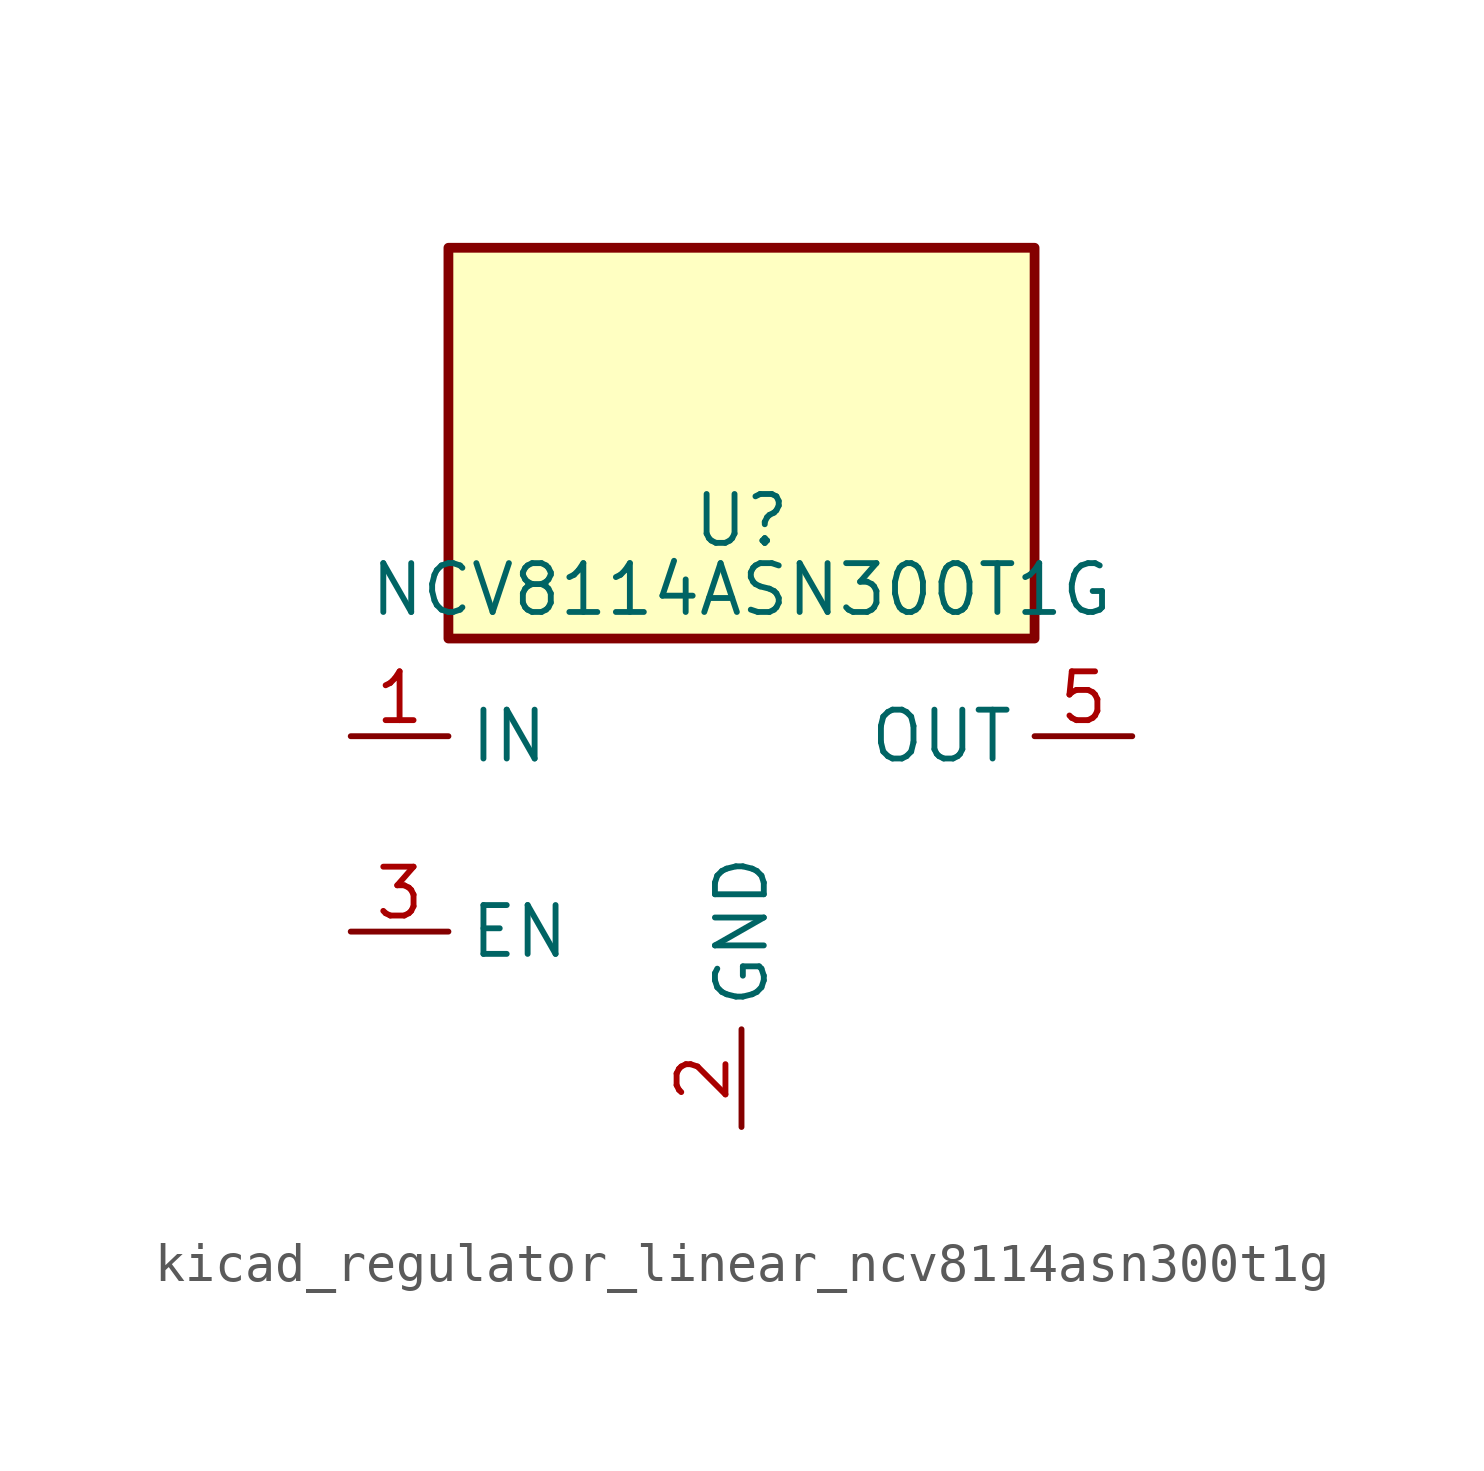
<source format=kicad_sym>
(kicad_symbol_lib
  (version 20220914)
  (generator kicad_symbol_editor)
  (symbol "kicad_regulator_linear_ncv8114asn300t1g"
    (property "Reference" "U"
      (at 0 8.89 0)
      (effects (font (size 1.27 1.27)) (justify top)))
    (property "Value" "NCV8114ASN300T1G"
      (at 0 6.35 0)
      (effects (font (size 1.27 1.27))))
    (symbol "kicad_regulator_linear_ncv8114asn300t1g_0_1"
      (rectangle (start 7.62 15.24) (end -7.62 5.08) (stroke (width 0.254) (type default)) (fill (type background))))
    (symbol "kicad_regulator_linear_ncv8114asn300t1g_1_1"
      (pin power_in line (at -10.16 2.54 0) (length 2.54) (name "IN" (effects (font (size 1.27 1.27)))) (number "1" (effects (font (size 1.27 1.27)))))
      (pin power_in line (at 0 -7.62 90) (length 2.54) (name "GND" (effects (font (size 1.27 1.27)))) (number "2" (effects (font (size 1.27 1.27)))))
      (pin input line (at -10.16 -2.54 0) (length 2.54) (name "EN" (effects (font (size 1.27 1.27)))) (number "3" (effects (font (size 1.27 1.27)))))
      (pin no_connect line (at 7.62 -2.54 180) (length 2.54) hide (name "NC" (effects (font (size 1.27 1.27)))) (number "4" (effects (font (size 1.27 1.27)))))
      (pin power_out line (at 10.16 2.54 180) (length 2.54) (name "OUT" (effects (font (size 1.27 1.27)))) (number "5" (effects (font (size 1.27 1.27))))))))
</source>
